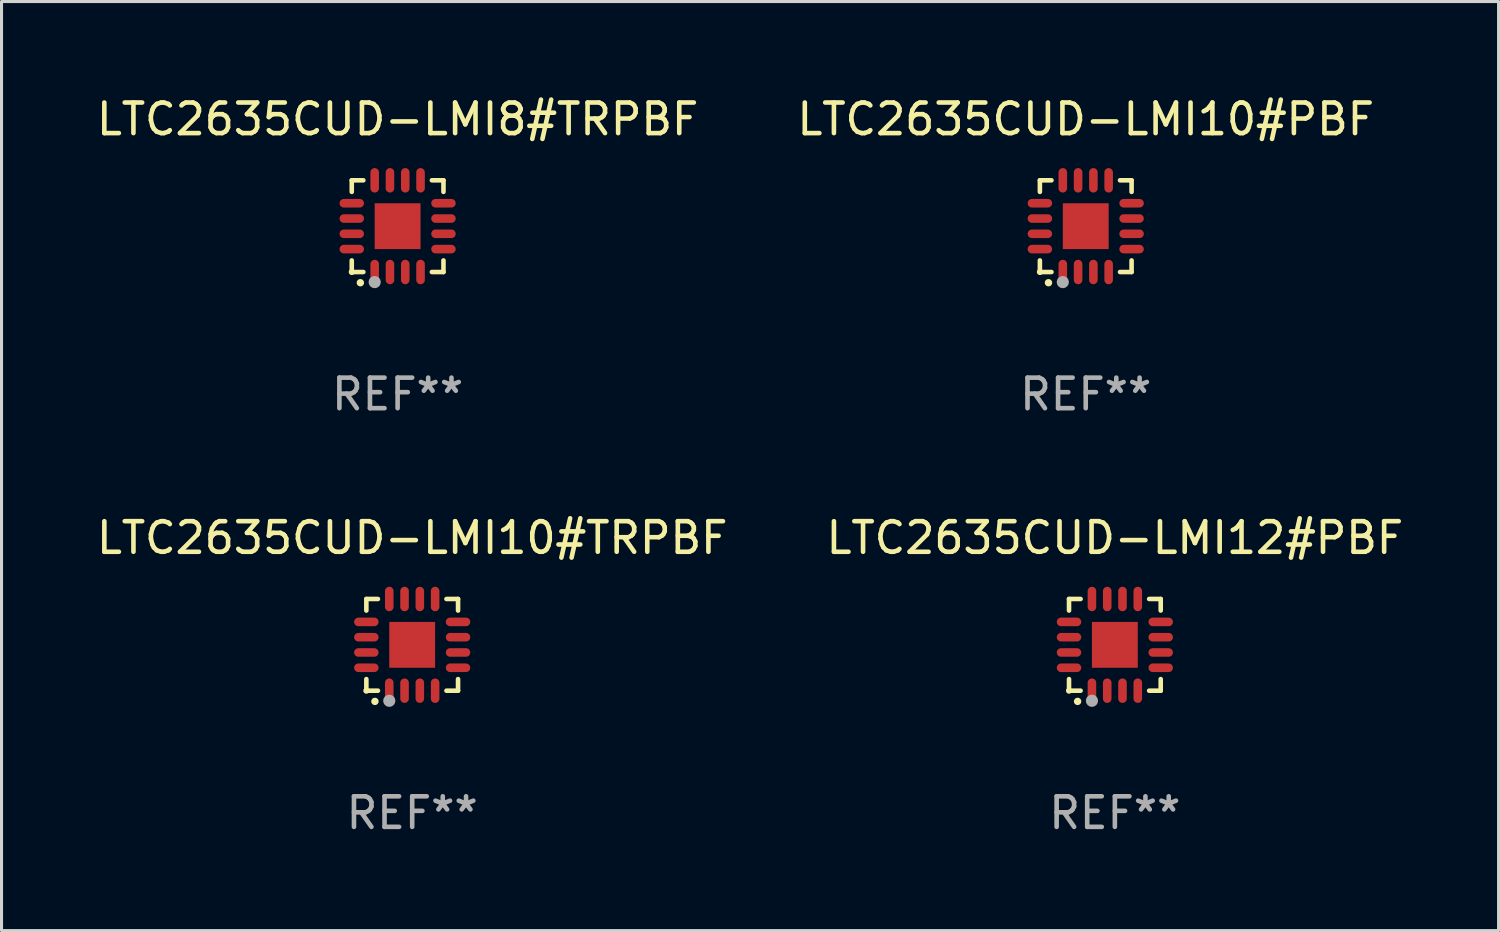
<source format=kicad_pcb>
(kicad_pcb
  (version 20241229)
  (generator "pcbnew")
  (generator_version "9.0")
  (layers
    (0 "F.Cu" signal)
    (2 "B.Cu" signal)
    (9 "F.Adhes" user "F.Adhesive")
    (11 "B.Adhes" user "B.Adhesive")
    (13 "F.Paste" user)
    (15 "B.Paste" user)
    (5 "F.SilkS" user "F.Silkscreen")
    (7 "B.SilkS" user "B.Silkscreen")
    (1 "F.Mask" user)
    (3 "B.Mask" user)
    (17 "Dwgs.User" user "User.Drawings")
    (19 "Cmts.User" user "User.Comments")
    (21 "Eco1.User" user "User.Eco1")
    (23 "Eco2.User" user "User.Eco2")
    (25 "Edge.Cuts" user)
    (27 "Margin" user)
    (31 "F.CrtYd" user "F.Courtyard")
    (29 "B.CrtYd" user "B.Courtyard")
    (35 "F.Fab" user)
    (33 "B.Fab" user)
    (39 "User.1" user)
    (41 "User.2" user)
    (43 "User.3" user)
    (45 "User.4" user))
  (footprint "LTC2635CUD-LMI12#PBF"
    (layer "F.Cu")
    (at 33.423 18.046)
    (property "Reference" "LTC2635CUD-LMI12#PBF" (at 0 -3.5 0) (layer "F.SilkS") (effects (font (size 1 1) (thickness 0.15))))
    (attr through_hole)
    (fp_line (start -1.5 -1.5) (end -1.121 -1.5) (stroke (width 0.15) (type solid)) (layer "F.SilkS"))
    (fp_line (start -1.5 -1.122) (end -1.5 -1.5) (stroke (width 0.15) (type solid)) (layer "F.SilkS"))
    (fp_line (start -1.5 1.5) (end -1.5 1.121) (stroke (width 0.15) (type solid)) (layer "F.SilkS"))
    (fp_line (start -1.121 1.5) (end -1.5 1.5) (stroke (width 0.15) (type solid)) (layer "F.SilkS"))
    (fp_line (start 1.121 -1.5) (end 1.5 -1.5) (stroke (width 0.15) (type solid)) (layer "F.SilkS"))
    (fp_line (start 1.5 -1.5) (end 1.5 -1.122) (stroke (width 0.15) (type solid)) (layer "F.SilkS"))
    (fp_line (start 1.5 1.121) (end 1.5 1.5) (stroke (width 0.15) (type solid)) (layer "F.SilkS"))
    (fp_line (start 1.5 1.5) (end 1.121 1.5) (stroke (width 0.15) (type solid)) (layer "F.SilkS"))
    (fp_arc (start -1.219926 1.850254) (mid -1.21891 1.85025) (end -1.217894 1.850254) (stroke (width 0.240005) (type solid)) (layer "F.SilkS"))
    (fp_circle (center -1.5 1.5) (end -1.45 1.5) (stroke (width 0.1) (type solid)) (fill no) (layer "F.SilkS"))
    (fp_circle (center -0.75 1.83) (end -0.65 1.83) (stroke (width 0.2) (type solid)) (fill no) (layer "F.Fab"))
    (fp_text user "REF**" (at 0 5.5 0) (layer "F.Fab") (effects (font (size 1 1) (thickness 0.15))))
    (pad "1" smd oval (at -0.75 1.5) (size 0.28 0.8) (layers "F.Cu" "F.Mask" "F.Paste"))
    (pad "2" smd oval (at -0.25 1.5) (size 0.28 0.8) (layers "F.Cu" "F.Mask" "F.Paste"))
    (pad "3" smd oval (at 0.25 1.5) (size 0.28 0.8) (layers "F.Cu" "F.Mask" "F.Paste"))
    (pad "4" smd oval (at 0.75 1.5) (size 0.28 0.8) (layers "F.Cu" "F.Mask" "F.Paste"))
    (pad "5" smd oval (at 1.5 0.75) (size 0.8 0.28) (layers "F.Cu" "F.Mask" "F.Paste"))
    (pad "6" smd oval (at 1.5 0.25) (size 0.8 0.28) (layers "F.Cu" "F.Mask" "F.Paste"))
    (pad "7" smd oval (at 1.5 -0.25) (size 0.8 0.28) (layers "F.Cu" "F.Mask" "F.Paste"))
    (pad "8" smd oval (at 1.5 -0.75) (size 0.8 0.28) (layers "F.Cu" "F.Mask" "F.Paste"))
    (pad "9" smd oval (at 0.75 -1.5) (size 0.28 0.8) (layers "F.Cu" "F.Mask" "F.Paste"))
    (pad "10" smd oval (at 0.25 -1.5) (size 0.28 0.8) (layers "F.Cu" "F.Mask" "F.Paste"))
    (pad "11" smd oval (at -0.25 -1.5) (size 0.28 0.8) (layers "F.Cu" "F.Mask" "F.Paste"))
    (pad "12" smd oval (at -0.75 -1.5) (size 0.28 0.8) (layers "F.Cu" "F.Mask" "F.Paste"))
    (pad "13" smd oval (at -1.5 -0.75) (size 0.8 0.28) (layers "F.Cu" "F.Mask" "F.Paste"))
    (pad "14" smd oval (at -1.5 -0.25) (size 0.8 0.28) (layers "F.Cu" "F.Mask" "F.Paste"))
    (pad "15" smd oval (at -1.5 0.25) (size 0.8 0.28) (layers "F.Cu" "F.Mask" "F.Paste"))
    (pad "16" smd oval (at -1.5 0.75) (size 0.8 0.28) (layers "F.Cu" "F.Mask" "F.Paste"))
    (pad "17" smd rect (at -0.000064 0.000165) (size 1.5 1.5) (layers "F.Cu" "F.Mask" "F.Paste")))
  (footprint "LTC2635CUD-LMI10#PBF"
    (layer "F.Cu")
    (at 32.47 4.349)
    (property "Reference" "LTC2635CUD-LMI10#PBF" (at 0 -3.5 0) (layer "F.SilkS") (effects (font (size 1 1) (thickness 0.15))))
    (attr through_hole)
    (fp_line (start -1.5 -1.5) (end -1.121 -1.5) (stroke (width 0.15) (type solid)) (layer "F.SilkS"))
    (fp_line (start -1.5 -1.122) (end -1.5 -1.5) (stroke (width 0.15) (type solid)) (layer "F.SilkS"))
    (fp_line (start -1.5 1.5) (end -1.5 1.121) (stroke (width 0.15) (type solid)) (layer "F.SilkS"))
    (fp_line (start -1.121 1.5) (end -1.5 1.5) (stroke (width 0.15) (type solid)) (layer "F.SilkS"))
    (fp_line (start 1.121 -1.5) (end 1.5 -1.5) (stroke (width 0.15) (type solid)) (layer "F.SilkS"))
    (fp_line (start 1.5 -1.5) (end 1.5 -1.122) (stroke (width 0.15) (type solid)) (layer "F.SilkS"))
    (fp_line (start 1.5 1.121) (end 1.5 1.5) (stroke (width 0.15) (type solid)) (layer "F.SilkS"))
    (fp_line (start 1.5 1.5) (end 1.121 1.5) (stroke (width 0.15) (type solid)) (layer "F.SilkS"))
    (fp_arc (start -1.219926 1.850254) (mid -1.21891 1.85025) (end -1.217894 1.850254) (stroke (width 0.240005) (type solid)) (layer "F.SilkS"))
    (fp_circle (center -1.5 1.5) (end -1.45 1.5) (stroke (width 0.1) (type solid)) (fill no) (layer "F.SilkS"))
    (fp_circle (center -0.75 1.83) (end -0.65 1.83) (stroke (width 0.2) (type solid)) (fill no) (layer "F.Fab"))
    (fp_text user "REF**" (at 0 5.5 0) (layer "F.Fab") (effects (font (size 1 1) (thickness 0.15))))
    (pad "1" smd oval (at -0.75 1.5) (size 0.28 0.8) (layers "F.Cu" "F.Mask" "F.Paste"))
    (pad "2" smd oval (at -0.25 1.5) (size 0.28 0.8) (layers "F.Cu" "F.Mask" "F.Paste"))
    (pad "3" smd oval (at 0.25 1.5) (size 0.28 0.8) (layers "F.Cu" "F.Mask" "F.Paste"))
    (pad "4" smd oval (at 0.75 1.5) (size 0.28 0.8) (layers "F.Cu" "F.Mask" "F.Paste"))
    (pad "5" smd oval (at 1.5 0.75) (size 0.8 0.28) (layers "F.Cu" "F.Mask" "F.Paste"))
    (pad "6" smd oval (at 1.5 0.25) (size 0.8 0.28) (layers "F.Cu" "F.Mask" "F.Paste"))
    (pad "7" smd oval (at 1.5 -0.25) (size 0.8 0.28) (layers "F.Cu" "F.Mask" "F.Paste"))
    (pad "8" smd oval (at 1.5 -0.75) (size 0.8 0.28) (layers "F.Cu" "F.Mask" "F.Paste"))
    (pad "9" smd oval (at 0.75 -1.5) (size 0.28 0.8) (layers "F.Cu" "F.Mask" "F.Paste"))
    (pad "10" smd oval (at 0.25 -1.5) (size 0.28 0.8) (layers "F.Cu" "F.Mask" "F.Paste"))
    (pad "11" smd oval (at -0.25 -1.5) (size 0.28 0.8) (layers "F.Cu" "F.Mask" "F.Paste"))
    (pad "12" smd oval (at -0.75 -1.5) (size 0.28 0.8) (layers "F.Cu" "F.Mask" "F.Paste"))
    (pad "13" smd oval (at -1.5 -0.75) (size 0.8 0.28) (layers "F.Cu" "F.Mask" "F.Paste"))
    (pad "14" smd oval (at -1.5 -0.25) (size 0.8 0.28) (layers "F.Cu" "F.Mask" "F.Paste"))
    (pad "15" smd oval (at -1.5 0.25) (size 0.8 0.28) (layers "F.Cu" "F.Mask" "F.Paste"))
    (pad "16" smd oval (at -1.5 0.75) (size 0.8 0.28) (layers "F.Cu" "F.Mask" "F.Paste"))
    (pad "17" smd rect (at -0.000064 0.000165) (size 1.5 1.5) (layers "F.Cu" "F.Mask" "F.Paste")))
  (footprint "LTC2635CUD-LMI8#TRPBF"
    (layer "F.Cu")
    (at 9.958 4.349)
    (property "Reference" "LTC2635CUD-LMI8#TRPBF" (at 0 -3.5 0) (layer "F.SilkS") (effects (font (size 1 1) (thickness 0.15))))
    (attr through_hole)
    (fp_line (start -1.5 -1.5) (end -1.121 -1.5) (stroke (width 0.15) (type solid)) (layer "F.SilkS"))
    (fp_line (start -1.5 -1.122) (end -1.5 -1.5) (stroke (width 0.15) (type solid)) (layer "F.SilkS"))
    (fp_line (start -1.5 1.5) (end -1.5 1.121) (stroke (width 0.15) (type solid)) (layer "F.SilkS"))
    (fp_line (start -1.121 1.5) (end -1.5 1.5) (stroke (width 0.15) (type solid)) (layer "F.SilkS"))
    (fp_line (start 1.121 -1.5) (end 1.5 -1.5) (stroke (width 0.15) (type solid)) (layer "F.SilkS"))
    (fp_line (start 1.5 -1.5) (end 1.5 -1.122) (stroke (width 0.15) (type solid)) (layer "F.SilkS"))
    (fp_line (start 1.5 1.121) (end 1.5 1.5) (stroke (width 0.15) (type solid)) (layer "F.SilkS"))
    (fp_line (start 1.5 1.5) (end 1.121 1.5) (stroke (width 0.15) (type solid)) (layer "F.SilkS"))
    (fp_arc (start -1.219926 1.850254) (mid -1.21891 1.85025) (end -1.217894 1.850254) (stroke (width 0.240005) (type solid)) (layer "F.SilkS"))
    (fp_circle (center -1.5 1.5) (end -1.45 1.5) (stroke (width 0.1) (type solid)) (fill no) (layer "F.SilkS"))
    (fp_circle (center -0.75 1.83) (end -0.65 1.83) (stroke (width 0.2) (type solid)) (fill no) (layer "F.Fab"))
    (fp_text user "REF**" (at 0 5.5 0) (layer "F.Fab") (effects (font (size 1 1) (thickness 0.15))))
    (pad "1" smd oval (at -0.75 1.5) (size 0.28 0.8) (layers "F.Cu" "F.Mask" "F.Paste"))
    (pad "2" smd oval (at -0.25 1.5) (size 0.28 0.8) (layers "F.Cu" "F.Mask" "F.Paste"))
    (pad "3" smd oval (at 0.25 1.5) (size 0.28 0.8) (layers "F.Cu" "F.Mask" "F.Paste"))
    (pad "4" smd oval (at 0.75 1.5) (size 0.28 0.8) (layers "F.Cu" "F.Mask" "F.Paste"))
    (pad "5" smd oval (at 1.5 0.75) (size 0.8 0.28) (layers "F.Cu" "F.Mask" "F.Paste"))
    (pad "6" smd oval (at 1.5 0.25) (size 0.8 0.28) (layers "F.Cu" "F.Mask" "F.Paste"))
    (pad "7" smd oval (at 1.5 -0.25) (size 0.8 0.28) (layers "F.Cu" "F.Mask" "F.Paste"))
    (pad "8" smd oval (at 1.5 -0.75) (size 0.8 0.28) (layers "F.Cu" "F.Mask" "F.Paste"))
    (pad "9" smd oval (at 0.75 -1.5) (size 0.28 0.8) (layers "F.Cu" "F.Mask" "F.Paste"))
    (pad "10" smd oval (at 0.25 -1.5) (size 0.28 0.8) (layers "F.Cu" "F.Mask" "F.Paste"))
    (pad "11" smd oval (at -0.25 -1.5) (size 0.28 0.8) (layers "F.Cu" "F.Mask" "F.Paste"))
    (pad "12" smd oval (at -0.75 -1.5) (size 0.28 0.8) (layers "F.Cu" "F.Mask" "F.Paste"))
    (pad "13" smd oval (at -1.5 -0.75) (size 0.8 0.28) (layers "F.Cu" "F.Mask" "F.Paste"))
    (pad "14" smd oval (at -1.5 -0.25) (size 0.8 0.28) (layers "F.Cu" "F.Mask" "F.Paste"))
    (pad "15" smd oval (at -1.5 0.25) (size 0.8 0.28) (layers "F.Cu" "F.Mask" "F.Paste"))
    (pad "16" smd oval (at -1.5 0.75) (size 0.8 0.28) (layers "F.Cu" "F.Mask" "F.Paste"))
    (pad "17" smd rect (at -0.000064 0.000165) (size 1.5 1.5) (layers "F.Cu" "F.Mask" "F.Paste")))
  (footprint "LTC2635CUD-LMI10#TRPBF"
    (layer "F.Cu")
    (at 10.435 18.046)
    (property "Reference" "LTC2635CUD-LMI10#TRPBF" (at 0 -3.5 0) (layer "F.SilkS") (effects (font (size 1 1) (thickness 0.15))))
    (attr through_hole)
    (fp_line (start -1.5 -1.5) (end -1.121 -1.5) (stroke (width 0.15) (type solid)) (layer "F.SilkS"))
    (fp_line (start -1.5 -1.122) (end -1.5 -1.5) (stroke (width 0.15) (type solid)) (layer "F.SilkS"))
    (fp_line (start -1.5 1.5) (end -1.5 1.121) (stroke (width 0.15) (type solid)) (layer "F.SilkS"))
    (fp_line (start -1.121 1.5) (end -1.5 1.5) (stroke (width 0.15) (type solid)) (layer "F.SilkS"))
    (fp_line (start 1.121 -1.5) (end 1.5 -1.5) (stroke (width 0.15) (type solid)) (layer "F.SilkS"))
    (fp_line (start 1.5 -1.5) (end 1.5 -1.122) (stroke (width 0.15) (type solid)) (layer "F.SilkS"))
    (fp_line (start 1.5 1.121) (end 1.5 1.5) (stroke (width 0.15) (type solid)) (layer "F.SilkS"))
    (fp_line (start 1.5 1.5) (end 1.121 1.5) (stroke (width 0.15) (type solid)) (layer "F.SilkS"))
    (fp_arc (start -1.219926 1.850254) (mid -1.21891 1.85025) (end -1.217894 1.850254) (stroke (width 0.240005) (type solid)) (layer "F.SilkS"))
    (fp_circle (center -1.5 1.5) (end -1.45 1.5) (stroke (width 0.1) (type solid)) (fill no) (layer "F.SilkS"))
    (fp_circle (center -0.75 1.83) (end -0.65 1.83) (stroke (width 0.2) (type solid)) (fill no) (layer "F.Fab"))
    (fp_text user "REF**" (at 0 5.5 0) (layer "F.Fab") (effects (font (size 1 1) (thickness 0.15))))
    (pad "1" smd oval (at -0.75 1.5) (size 0.28 0.8) (layers "F.Cu" "F.Mask" "F.Paste"))
    (pad "2" smd oval (at -0.25 1.5) (size 0.28 0.8) (layers "F.Cu" "F.Mask" "F.Paste"))
    (pad "3" smd oval (at 0.25 1.5) (size 0.28 0.8) (layers "F.Cu" "F.Mask" "F.Paste"))
    (pad "4" smd oval (at 0.75 1.5) (size 0.28 0.8) (layers "F.Cu" "F.Mask" "F.Paste"))
    (pad "5" smd oval (at 1.5 0.75) (size 0.8 0.28) (layers "F.Cu" "F.Mask" "F.Paste"))
    (pad "6" smd oval (at 1.5 0.25) (size 0.8 0.28) (layers "F.Cu" "F.Mask" "F.Paste"))
    (pad "7" smd oval (at 1.5 -0.25) (size 0.8 0.28) (layers "F.Cu" "F.Mask" "F.Paste"))
    (pad "8" smd oval (at 1.5 -0.75) (size 0.8 0.28) (layers "F.Cu" "F.Mask" "F.Paste"))
    (pad "9" smd oval (at 0.75 -1.5) (size 0.28 0.8) (layers "F.Cu" "F.Mask" "F.Paste"))
    (pad "10" smd oval (at 0.25 -1.5) (size 0.28 0.8) (layers "F.Cu" "F.Mask" "F.Paste"))
    (pad "11" smd oval (at -0.25 -1.5) (size 0.28 0.8) (layers "F.Cu" "F.Mask" "F.Paste"))
    (pad "12" smd oval (at -0.75 -1.5) (size 0.28 0.8) (layers "F.Cu" "F.Mask" "F.Paste"))
    (pad "13" smd oval (at -1.5 -0.75) (size 0.8 0.28) (layers "F.Cu" "F.Mask" "F.Paste"))
    (pad "14" smd oval (at -1.5 -0.25) (size 0.8 0.28) (layers "F.Cu" "F.Mask" "F.Paste"))
    (pad "15" smd oval (at -1.5 0.25) (size 0.8 0.28) (layers "F.Cu" "F.Mask" "F.Paste"))
    (pad "16" smd oval (at -1.5 0.75) (size 0.8 0.28) (layers "F.Cu" "F.Mask" "F.Paste"))
    (pad "17" smd rect (at -0.000064 0.000165) (size 1.5 1.5) (layers "F.Cu" "F.Mask" "F.Paste")))
  (gr_rect
    (start -3 -3)
    (end 45.976 27.394)
    (stroke (width 0.1) (type default))
    (fill no)
    (layer "Edge.Cuts")))
</source>
